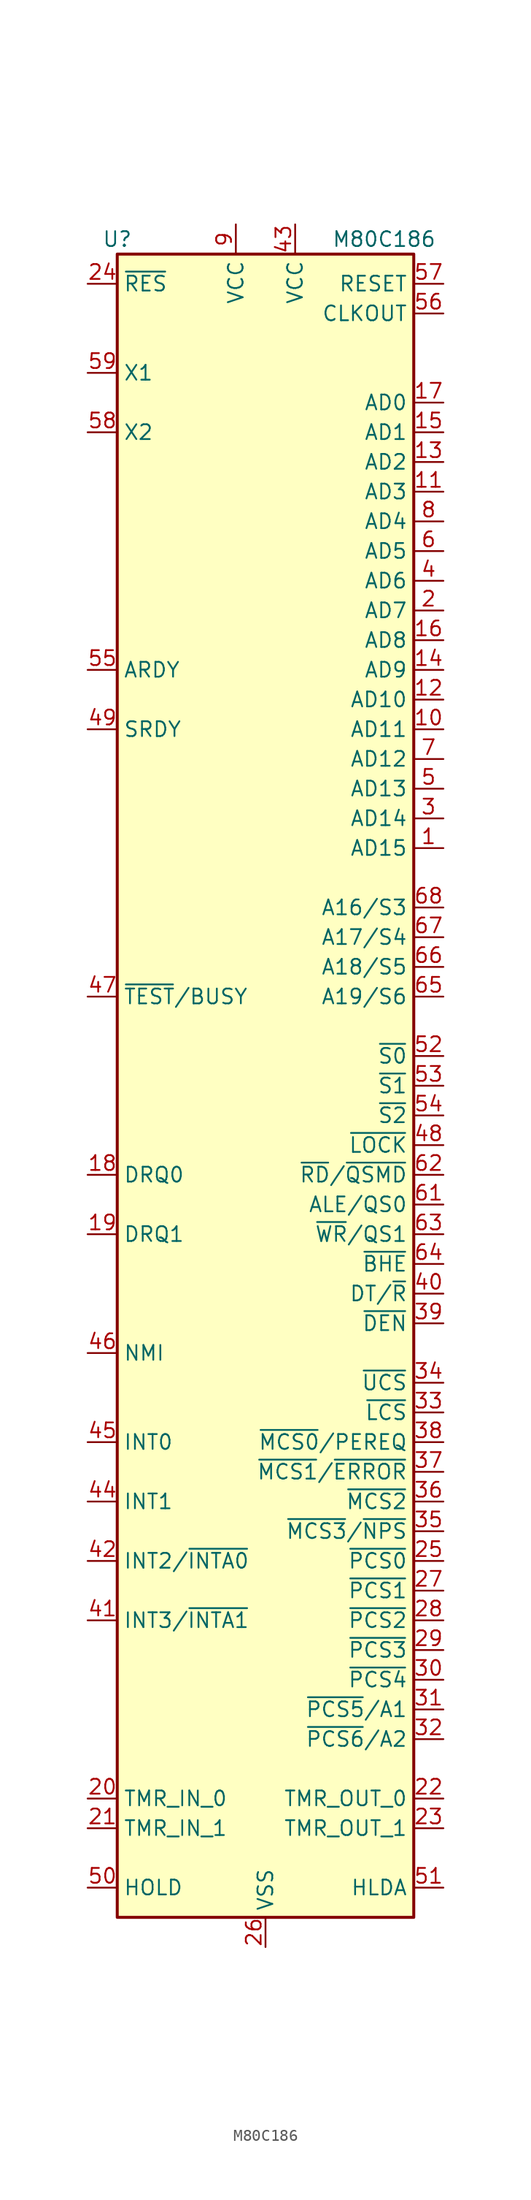
<source format=kicad_sym>
(kicad_symbol_lib
  (version 20201005)
  (generator kicad_symbol_editor)
  (symbol "M80C186"
    (property "Reference" "U"
      (at -12.7 72.39 0)
      (effects (font (size 1.27 1.27))))
    (property "Value" "M80C186"
      (at 10.16 72.39 0)
      (effects (font (size 1.27 1.27))))
    (symbol "M80C186_0_1"
      (rectangle (start 12.7 -71.12) (end -12.7 71.12) (stroke (width 0.254)) (fill (type background))))
    (symbol "M80C186_1_1"
      (pin bidirectional line (at 15.24 20.32 180) (length 2.54) (name "AD15" (effects (font (size 1.27 1.27)))) (number "1" (effects (font (size 1.27 1.27)))))
      (pin bidirectional line (at 15.24 30.48 180) (length 2.54) (name "AD11" (effects (font (size 1.27 1.27)))) (number "10" (effects (font (size 1.27 1.27)))))
      (pin bidirectional line (at 15.24 50.8 180) (length 2.54) (name "AD3" (effects (font (size 1.27 1.27)))) (number "11" (effects (font (size 1.27 1.27)))))
      (pin bidirectional line (at 15.24 33.02 180) (length 2.54) (name "AD10" (effects (font (size 1.27 1.27)))) (number "12" (effects (font (size 1.27 1.27)))))
      (pin bidirectional line (at 15.24 53.34 180) (length 2.54) (name "AD2" (effects (font (size 1.27 1.27)))) (number "13" (effects (font (size 1.27 1.27)))))
      (pin bidirectional line (at 15.24 35.56 180) (length 2.54) (name "AD9" (effects (font (size 1.27 1.27)))) (number "14" (effects (font (size 1.27 1.27)))))
      (pin bidirectional line (at 15.24 55.88 180) (length 2.54) (name "AD1" (effects (font (size 1.27 1.27)))) (number "15" (effects (font (size 1.27 1.27)))))
      (pin bidirectional line (at 15.24 38.1 180) (length 2.54) (name "AD8" (effects (font (size 1.27 1.27)))) (number "16" (effects (font (size 1.27 1.27)))))
      (pin bidirectional line (at 15.24 58.42 180) (length 2.54) (name "AD0" (effects (font (size 1.27 1.27)))) (number "17" (effects (font (size 1.27 1.27)))))
      (pin input line (at -15.24 -7.62 0) (length 2.54) (name "DRQ0" (effects (font (size 1.27 1.27)))) (number "18" (effects (font (size 1.27 1.27)))))
      (pin input line (at -15.24 -12.7 0) (length 2.54) (name "DRQ1" (effects (font (size 1.27 1.27)))) (number "19" (effects (font (size 1.27 1.27)))))
      (pin bidirectional line (at 15.24 40.64 180) (length 2.54) (name "AD7" (effects (font (size 1.27 1.27)))) (number "2" (effects (font (size 1.27 1.27)))))
      (pin input line (at -15.24 -60.96 0) (length 2.54) (name "TMR_IN_0" (effects (font (size 1.27 1.27)))) (number "20" (effects (font (size 1.27 1.27)))))
      (pin input line (at -15.24 -63.5 0) (length 2.54) (name "TMR_IN_1" (effects (font (size 1.27 1.27)))) (number "21" (effects (font (size 1.27 1.27)))))
      (pin output line (at 15.24 -60.96 180) (length 2.54) (name "TMR_OUT_0" (effects (font (size 1.27 1.27)))) (number "22" (effects (font (size 1.27 1.27)))))
      (pin output line (at 15.24 -63.5 180) (length 2.54) (name "TMR_OUT_1" (effects (font (size 1.27 1.27)))) (number "23" (effects (font (size 1.27 1.27)))))
      (pin input line (at -15.24 68.58 0) (length 2.54) (name "~RES~" (effects (font (size 1.27 1.27)))) (number "24" (effects (font (size 1.27 1.27)))))
      (pin output line (at 15.24 -40.64 180) (length 2.54) (name "~PCS0~" (effects (font (size 1.27 1.27)))) (number "25" (effects (font (size 1.27 1.27)))))
      (pin power_in line (at 0 -73.66 90) (length 2.54) (name "VSS" (effects (font (size 1.27 1.27)))) (number "26" (effects (font (size 1.27 1.27)))))
      (pin output line (at 15.24 -43.18 180) (length 2.54) (name "~PCS1~" (effects (font (size 1.27 1.27)))) (number "27" (effects (font (size 1.27 1.27)))))
      (pin output line (at 15.24 -45.72 180) (length 2.54) (name "~PCS2~" (effects (font (size 1.27 1.27)))) (number "28" (effects (font (size 1.27 1.27)))))
      (pin output line (at 15.24 -48.26 180) (length 2.54) (name "~PCS3~" (effects (font (size 1.27 1.27)))) (number "29" (effects (font (size 1.27 1.27)))))
      (pin bidirectional line (at 15.24 22.86 180) (length 2.54) (name "AD14" (effects (font (size 1.27 1.27)))) (number "3" (effects (font (size 1.27 1.27)))))
      (pin output line (at 15.24 -50.8 180) (length 2.54) (name "~PCS4~" (effects (font (size 1.27 1.27)))) (number "30" (effects (font (size 1.27 1.27)))))
      (pin output line (at 15.24 -53.34 180) (length 2.54) (name "~PCS5~/A1" (effects (font (size 1.27 1.27)))) (number "31" (effects (font (size 1.27 1.27)))))
      (pin output line (at 15.24 -55.88 180) (length 2.54) (name "~PCS6~/A2" (effects (font (size 1.27 1.27)))) (number "32" (effects (font (size 1.27 1.27)))))
      (pin output line (at 15.24 -27.94 180) (length 2.54) (name "~LCS~" (effects (font (size 1.27 1.27)))) (number "33" (effects (font (size 1.27 1.27)))))
      (pin output line (at 15.24 -25.4 180) (length 2.54) (name "~UCS~" (effects (font (size 1.27 1.27)))) (number "34" (effects (font (size 1.27 1.27)))))
      (pin output line (at 15.24 -38.1 180) (length 2.54) (name "~MCS3~/~NPS~" (effects (font (size 1.27 1.27)))) (number "35" (effects (font (size 1.27 1.27)))))
      (pin output line (at 15.24 -35.56 180) (length 2.54) (name "~MCS2~" (effects (font (size 1.27 1.27)))) (number "36" (effects (font (size 1.27 1.27)))))
      (pin bidirectional line (at 15.24 -33.02 180) (length 2.54) (name "~MCS1~/~ERROR~" (effects (font (size 1.27 1.27)))) (number "37" (effects (font (size 1.27 1.27)))))
      (pin bidirectional line (at 15.24 -30.48 180) (length 2.54) (name "~MCS0~/PEREQ" (effects (font (size 1.27 1.27)))) (number "38" (effects (font (size 1.27 1.27)))))
      (pin output line (at 15.24 -20.32 180) (length 2.54) (name "~DEN~" (effects (font (size 1.27 1.27)))) (number "39" (effects (font (size 1.27 1.27)))))
      (pin bidirectional line (at 15.24 43.18 180) (length 2.54) (name "AD6" (effects (font (size 1.27 1.27)))) (number "4" (effects (font (size 1.27 1.27)))))
      (pin output line (at 15.24 -17.78 180) (length 2.54) (name "DT/~R~" (effects (font (size 1.27 1.27)))) (number "40" (effects (font (size 1.27 1.27)))))
      (pin bidirectional line (at -15.24 -45.72 0) (length 2.54) (name "INT3/~INTA1~" (effects (font (size 1.27 1.27)))) (number "41" (effects (font (size 1.27 1.27)))))
      (pin bidirectional line (at -15.24 -40.64 0) (length 2.54) (name "INT2/~INTA0~" (effects (font (size 1.27 1.27)))) (number "42" (effects (font (size 1.27 1.27)))))
      (pin power_in line (at 2.54 73.66 270) (length 2.54) (name "VCC" (effects (font (size 1.27 1.27)))) (number "43" (effects (font (size 1.27 1.27)))))
      (pin input line (at -15.24 -35.56 0) (length 2.54) (name "INT1" (effects (font (size 1.27 1.27)))) (number "44" (effects (font (size 1.27 1.27)))))
      (pin input line (at -15.24 -30.48 0) (length 2.54) (name "INT0" (effects (font (size 1.27 1.27)))) (number "45" (effects (font (size 1.27 1.27)))))
      (pin input line (at -15.24 -22.86 0) (length 2.54) (name "NMI" (effects (font (size 1.27 1.27)))) (number "46" (effects (font (size 1.27 1.27)))))
      (pin input line (at -15.24 7.62 0) (length 2.54) (name "~TEST~/BUSY" (effects (font (size 1.27 1.27)))) (number "47" (effects (font (size 1.27 1.27)))))
      (pin output line (at 15.24 -5.08 180) (length 2.54) (name "~LOCK~" (effects (font (size 1.27 1.27)))) (number "48" (effects (font (size 1.27 1.27)))))
      (pin input line (at -15.24 30.48 0) (length 2.54) (name "SRDY" (effects (font (size 1.27 1.27)))) (number "49" (effects (font (size 1.27 1.27)))))
      (pin bidirectional line (at 15.24 25.4 180) (length 2.54) (name "AD13" (effects (font (size 1.27 1.27)))) (number "5" (effects (font (size 1.27 1.27)))))
      (pin input line (at -15.24 -68.58 0) (length 2.54) (name "HOLD" (effects (font (size 1.27 1.27)))) (number "50" (effects (font (size 1.27 1.27)))))
      (pin output line (at 15.24 -68.58 180) (length 2.54) (name "HLDA" (effects (font (size 1.27 1.27)))) (number "51" (effects (font (size 1.27 1.27)))))
      (pin output line (at 15.24 2.54 180) (length 2.54) (name "~S0~" (effects (font (size 1.27 1.27)))) (number "52" (effects (font (size 1.27 1.27)))))
      (pin output line (at 15.24 0 180) (length 2.54) (name "~S1~" (effects (font (size 1.27 1.27)))) (number "53" (effects (font (size 1.27 1.27)))))
      (pin output line (at 15.24 -2.54 180) (length 2.54) (name "~S2~" (effects (font (size 1.27 1.27)))) (number "54" (effects (font (size 1.27 1.27)))))
      (pin input line (at -15.24 35.56 0) (length 2.54) (name "ARDY" (effects (font (size 1.27 1.27)))) (number "55" (effects (font (size 1.27 1.27)))))
      (pin output line (at 15.24 66.04 180) (length 2.54) (name "CLKOUT" (effects (font (size 1.27 1.27)))) (number "56" (effects (font (size 1.27 1.27)))))
      (pin output line (at 15.24 68.58 180) (length 2.54) (name "RESET" (effects (font (size 1.27 1.27)))) (number "57" (effects (font (size 1.27 1.27)))))
      (pin output line (at -15.24 55.88 0) (length 2.54) (name "X2" (effects (font (size 1.27 1.27)))) (number "58" (effects (font (size 1.27 1.27)))))
      (pin input line (at -15.24 60.96 0) (length 2.54) (name "X1" (effects (font (size 1.27 1.27)))) (number "59" (effects (font (size 1.27 1.27)))))
      (pin bidirectional line (at 15.24 45.72 180) (length 2.54) (name "AD5" (effects (font (size 1.27 1.27)))) (number "6" (effects (font (size 1.27 1.27)))))
      (pin passive line (at 0 -73.66 90) (length 2.54) hide (name "VSS" (effects (font (size 1.27 1.27)))) (number "60" (effects (font (size 1.27 1.27)))))
      (pin output line (at 15.24 -10.16 180) (length 2.54) (name "ALE/QS0" (effects (font (size 1.27 1.27)))) (number "61" (effects (font (size 1.27 1.27)))))
      (pin output line (at 15.24 -7.62 180) (length 2.54) (name "~RD~/~QSMD~" (effects (font (size 1.27 1.27)))) (number "62" (effects (font (size 1.27 1.27)))))
      (pin output line (at 15.24 -12.7 180) (length 2.54) (name "~WR~/QS1" (effects (font (size 1.27 1.27)))) (number "63" (effects (font (size 1.27 1.27)))))
      (pin output line (at 15.24 -15.24 180) (length 2.54) (name "~BHE~" (effects (font (size 1.27 1.27)))) (number "64" (effects (font (size 1.27 1.27)))))
      (pin output line (at 15.24 7.62 180) (length 2.54) (name "A19/S6" (effects (font (size 1.27 1.27)))) (number "65" (effects (font (size 1.27 1.27)))))
      (pin output line (at 15.24 10.16 180) (length 2.54) (name "A18/S5" (effects (font (size 1.27 1.27)))) (number "66" (effects (font (size 1.27 1.27)))))
      (pin output line (at 15.24 12.7 180) (length 2.54) (name "A17/S4" (effects (font (size 1.27 1.27)))) (number "67" (effects (font (size 1.27 1.27)))))
      (pin output line (at 15.24 15.24 180) (length 2.54) (name "A16/S3" (effects (font (size 1.27 1.27)))) (number "68" (effects (font (size 1.27 1.27)))))
      (pin bidirectional line (at 15.24 27.94 180) (length 2.54) (name "AD12" (effects (font (size 1.27 1.27)))) (number "7" (effects (font (size 1.27 1.27)))))
      (pin bidirectional line (at 15.24 48.26 180) (length 2.54) (name "AD4" (effects (font (size 1.27 1.27)))) (number "8" (effects (font (size 1.27 1.27)))))
      (pin power_in line (at -2.54 73.66 270) (length 2.54) (name "VCC" (effects (font (size 1.27 1.27)))) (number "9" (effects (font (size 1.27 1.27))))))))
</source>
